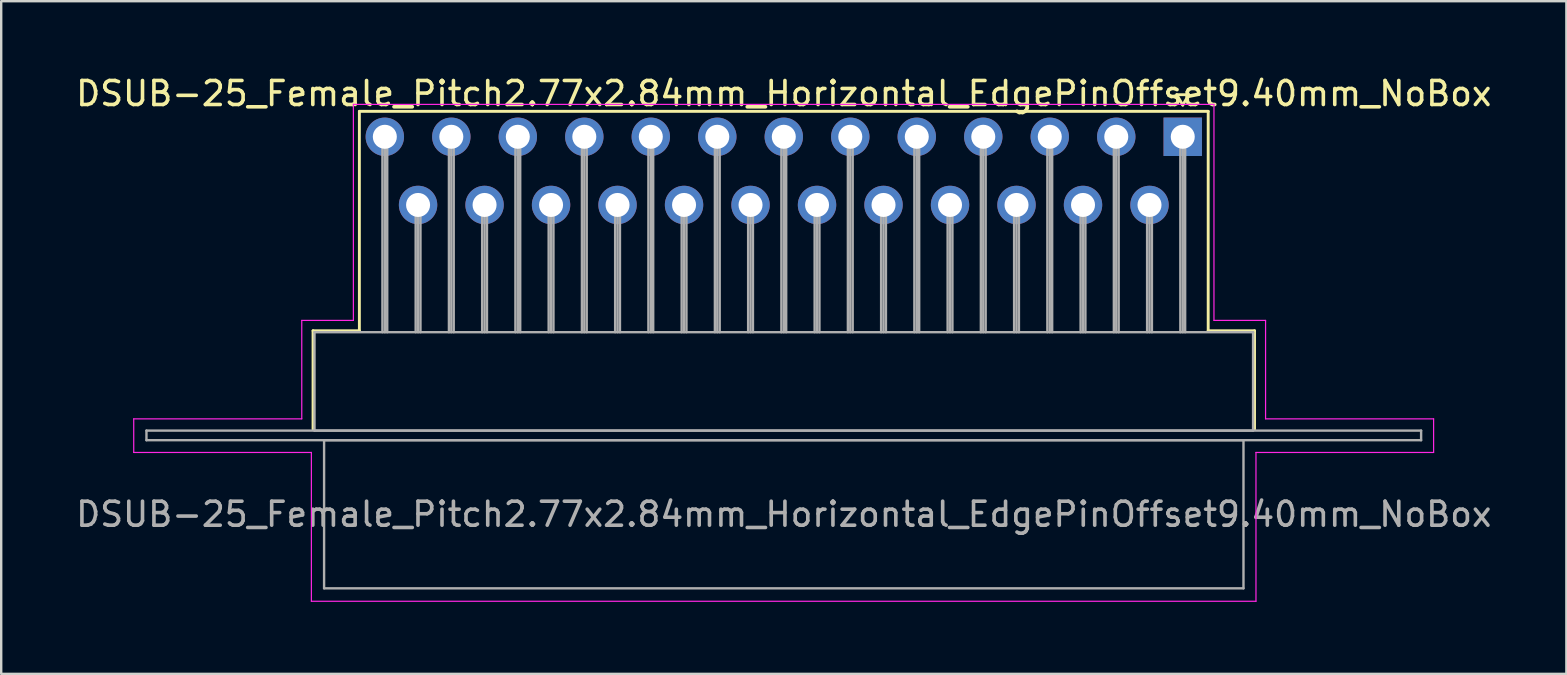
<source format=kicad_pcb>
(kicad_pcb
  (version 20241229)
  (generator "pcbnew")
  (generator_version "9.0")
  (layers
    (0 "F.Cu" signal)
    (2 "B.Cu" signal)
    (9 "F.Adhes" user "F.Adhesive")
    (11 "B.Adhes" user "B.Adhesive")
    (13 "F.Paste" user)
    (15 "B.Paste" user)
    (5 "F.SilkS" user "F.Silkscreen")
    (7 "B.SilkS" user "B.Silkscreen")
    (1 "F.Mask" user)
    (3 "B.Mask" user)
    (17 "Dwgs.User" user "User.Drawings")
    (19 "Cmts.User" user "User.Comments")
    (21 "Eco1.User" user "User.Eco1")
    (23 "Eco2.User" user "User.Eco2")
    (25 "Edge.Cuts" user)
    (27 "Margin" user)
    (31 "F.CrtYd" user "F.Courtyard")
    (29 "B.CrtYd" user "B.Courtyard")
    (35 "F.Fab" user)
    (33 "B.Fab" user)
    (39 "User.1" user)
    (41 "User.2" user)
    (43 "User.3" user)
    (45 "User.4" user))
  (footprint "DSUB-25_Female_Pitch2.77x2.84mm_Horizontal_EdgePinOffset9.40mm_NoBox"
    (layer "F.Cu")
    (at 46.221 2.648)
    (property "Reference" "DSUB-25_Female_Pitch2.77x2.84mm_Horizontal_EdgePinOffset9.40mm_NoBox" (at -16.62 -1.8 0) (layer "F.SilkS") (effects (font (size 1 1) (thickness 0.15))))
    (attr through_hole)
    (fp_line (start -36.23 8.08) (end -34.3 8.08) (stroke (width 0.12) (type solid)) (layer "F.SilkS"))
    (fp_line (start -36.23 12.18) (end -36.23 8.08) (stroke (width 0.12) (type solid)) (layer "F.SilkS"))
    (fp_line (start -34.3 -1.06) (end 1.06 -1.06) (stroke (width 0.12) (type solid)) (layer "F.SilkS"))
    (fp_line (start -34.3 8.08) (end -34.3 -1.06) (stroke (width 0.12) (type solid)) (layer "F.SilkS"))
    (fp_line (start -0.25 -1.754) (end 0.25 -1.754) (stroke (width 0.12) (type solid)) (layer "F.SilkS"))
    (fp_line (start 0 -1.321) (end -0.25 -1.754) (stroke (width 0.12) (type solid)) (layer "F.SilkS"))
    (fp_line (start 0.25 -1.754) (end 0 -1.321) (stroke (width 0.12) (type solid)) (layer "F.SilkS"))
    (fp_line (start 1.06 -1.06) (end 1.06 8.08) (stroke (width 0.12) (type solid)) (layer "F.SilkS"))
    (fp_line (start 1.06 8.08) (end 2.99 8.08) (stroke (width 0.12) (type solid)) (layer "F.SilkS"))
    (fp_line (start 2.99 8.08) (end 2.99 12.18) (stroke (width 0.12) (type solid)) (layer "F.SilkS"))
    (fp_line (start -43.7 11.75) (end -36.7 11.75) (stroke (width 0.05) (type solid)) (layer "F.CrtYd"))
    (fp_line (start -43.7 13.15) (end -43.7 11.75) (stroke (width 0.05) (type solid)) (layer "F.CrtYd"))
    (fp_line (start -36.7 7.65) (end -34.55 7.65) (stroke (width 0.05) (type solid)) (layer "F.CrtYd"))
    (fp_line (start -36.7 11.75) (end -36.7 7.65) (stroke (width 0.05) (type solid)) (layer "F.CrtYd"))
    (fp_line (start -36.3 13.15) (end -43.7 13.15) (stroke (width 0.05) (type solid)) (layer "F.CrtYd"))
    (fp_line (start -36.3 19.35) (end -36.3 13.15) (stroke (width 0.05) (type solid)) (layer "F.CrtYd"))
    (fp_line (start -34.55 -1.35) (end 1.3 -1.35) (stroke (width 0.05) (type solid)) (layer "F.CrtYd"))
    (fp_line (start -34.55 7.65) (end -34.55 -1.35) (stroke (width 0.05) (type solid)) (layer "F.CrtYd"))
    (fp_line (start 1.3 -1.35) (end 1.3 7.65) (stroke (width 0.05) (type solid)) (layer "F.CrtYd"))
    (fp_line (start 1.3 7.65) (end 3.45 7.65) (stroke (width 0.05) (type solid)) (layer "F.CrtYd"))
    (fp_line (start 3.05 13.15) (end 3.05 19.35) (stroke (width 0.05) (type solid)) (layer "F.CrtYd"))
    (fp_line (start 3.05 19.35) (end -36.3 19.35) (stroke (width 0.05) (type solid)) (layer "F.CrtYd"))
    (fp_line (start 3.45 7.65) (end 3.45 11.75) (stroke (width 0.05) (type solid)) (layer "F.CrtYd"))
    (fp_line (start 3.45 11.75) (end 10.45 11.75) (stroke (width 0.05) (type solid)) (layer "F.CrtYd"))
    (fp_line (start 10.45 11.75) (end 10.45 13.15) (stroke (width 0.05) (type solid)) (layer "F.CrtYd"))
    (fp_line (start 10.45 13.15) (end 3.05 13.15) (stroke (width 0.05) (type solid)) (layer "F.CrtYd"))
    (fp_line (start -43.17 12.24) (end -43.17 12.64) (stroke (width 0.1) (type solid)) (layer "F.Fab"))
    (fp_line (start -43.17 12.64) (end 9.93 12.64) (stroke (width 0.1) (type solid)) (layer "F.Fab"))
    (fp_line (start -36.17 8.14) (end -36.17 12.24) (stroke (width 0.1) (type solid)) (layer "F.Fab"))
    (fp_line (start -36.17 12.24) (end 2.93 12.24) (stroke (width 0.1) (type solid)) (layer "F.Fab"))
    (fp_line (start -35.77 12.64) (end -35.77 18.81) (stroke (width 0.1) (type solid)) (layer "F.Fab"))
    (fp_line (start -35.77 18.81) (end 2.53 18.81) (stroke (width 0.1) (type solid)) (layer "F.Fab"))
    (fp_line (start -33.34 0) (end -33.34 8.14) (stroke (width 0.1) (type solid)) (layer "F.Fab"))
    (fp_line (start -33.24 0) (end -33.24 8.14) (stroke (width 0.1) (type solid)) (layer "F.Fab"))
    (fp_line (start -33.14 0) (end -33.14 8.14) (stroke (width 0.1) (type solid)) (layer "F.Fab"))
    (fp_line (start -31.955 2.84) (end -31.955 8.14) (stroke (width 0.1) (type solid)) (layer "F.Fab"))
    (fp_line (start -31.855 2.84) (end -31.855 8.14) (stroke (width 0.1) (type solid)) (layer "F.Fab"))
    (fp_line (start -31.755 2.84) (end -31.755 8.14) (stroke (width 0.1) (type solid)) (layer "F.Fab"))
    (fp_line (start -30.57 0) (end -30.57 8.14) (stroke (width 0.1) (type solid)) (layer "F.Fab"))
    (fp_line (start -30.47 0) (end -30.47 8.14) (stroke (width 0.1) (type solid)) (layer "F.Fab"))
    (fp_line (start -30.37 0) (end -30.37 8.14) (stroke (width 0.1) (type solid)) (layer "F.Fab"))
    (fp_line (start -29.185 2.84) (end -29.185 8.14) (stroke (width 0.1) (type solid)) (layer "F.Fab"))
    (fp_line (start -29.085 2.84) (end -29.085 8.14) (stroke (width 0.1) (type solid)) (layer "F.Fab"))
    (fp_line (start -28.985 2.84) (end -28.985 8.14) (stroke (width 0.1) (type solid)) (layer "F.Fab"))
    (fp_line (start -27.8 0) (end -27.8 8.14) (stroke (width 0.1) (type solid)) (layer "F.Fab"))
    (fp_line (start -27.7 0) (end -27.7 8.14) (stroke (width 0.1) (type solid)) (layer "F.Fab"))
    (fp_line (start -27.6 0) (end -27.6 8.14) (stroke (width 0.1) (type solid)) (layer "F.Fab"))
    (fp_line (start -26.415 2.84) (end -26.415 8.14) (stroke (width 0.1) (type solid)) (layer "F.Fab"))
    (fp_line (start -26.315 2.84) (end -26.315 8.14) (stroke (width 0.1) (type solid)) (layer "F.Fab"))
    (fp_line (start -26.215 2.84) (end -26.215 8.14) (stroke (width 0.1) (type solid)) (layer "F.Fab"))
    (fp_line (start -25.03 0) (end -25.03 8.14) (stroke (width 0.1) (type solid)) (layer "F.Fab"))
    (fp_line (start -24.93 0) (end -24.93 8.14) (stroke (width 0.1) (type solid)) (layer "F.Fab"))
    (fp_line (start -24.83 0) (end -24.83 8.14) (stroke (width 0.1) (type solid)) (layer "F.Fab"))
    (fp_line (start -23.645 2.84) (end -23.645 8.14) (stroke (width 0.1) (type solid)) (layer "F.Fab"))
    (fp_line (start -23.545 2.84) (end -23.545 8.14) (stroke (width 0.1) (type solid)) (layer "F.Fab"))
    (fp_line (start -23.445 2.84) (end -23.445 8.14) (stroke (width 0.1) (type solid)) (layer "F.Fab"))
    (fp_line (start -22.26 0) (end -22.26 8.14) (stroke (width 0.1) (type solid)) (layer "F.Fab"))
    (fp_line (start -22.16 0) (end -22.16 8.14) (stroke (width 0.1) (type solid)) (layer "F.Fab"))
    (fp_line (start -22.06 0) (end -22.06 8.14) (stroke (width 0.1) (type solid)) (layer "F.Fab"))
    (fp_line (start -20.875 2.84) (end -20.875 8.14) (stroke (width 0.1) (type solid)) (layer "F.Fab"))
    (fp_line (start -20.775 2.84) (end -20.775 8.14) (stroke (width 0.1) (type solid)) (layer "F.Fab"))
    (fp_line (start -20.675 2.84) (end -20.675 8.14) (stroke (width 0.1) (type solid)) (layer "F.Fab"))
    (fp_line (start -19.49 0) (end -19.49 8.14) (stroke (width 0.1) (type solid)) (layer "F.Fab"))
    (fp_line (start -19.39 0) (end -19.39 8.14) (stroke (width 0.1) (type solid)) (layer "F.Fab"))
    (fp_line (start -19.29 0) (end -19.29 8.14) (stroke (width 0.1) (type solid)) (layer "F.Fab"))
    (fp_line (start -18.105 2.84) (end -18.105 8.14) (stroke (width 0.1) (type solid)) (layer "F.Fab"))
    (fp_line (start -18.005 2.84) (end -18.005 8.14) (stroke (width 0.1) (type solid)) (layer "F.Fab"))
    (fp_line (start -17.905 2.84) (end -17.905 8.14) (stroke (width 0.1) (type solid)) (layer "F.Fab"))
    (fp_line (start -16.72 0) (end -16.72 8.14) (stroke (width 0.1) (type solid)) (layer "F.Fab"))
    (fp_line (start -16.62 0) (end -16.62 8.14) (stroke (width 0.1) (type solid)) (layer "F.Fab"))
    (fp_line (start -16.52 0) (end -16.52 8.14) (stroke (width 0.1) (type solid)) (layer "F.Fab"))
    (fp_line (start -15.335 2.84) (end -15.335 8.14) (stroke (width 0.1) (type solid)) (layer "F.Fab"))
    (fp_line (start -15.235 2.84) (end -15.235 8.14) (stroke (width 0.1) (type solid)) (layer "F.Fab"))
    (fp_line (start -15.135 2.84) (end -15.135 8.14) (stroke (width 0.1) (type solid)) (layer "F.Fab"))
    (fp_line (start -13.95 0) (end -13.95 8.14) (stroke (width 0.1) (type solid)) (layer "F.Fab"))
    (fp_line (start -13.85 0) (end -13.85 8.14) (stroke (width 0.1) (type solid)) (layer "F.Fab"))
    (fp_line (start -13.75 0) (end -13.75 8.14) (stroke (width 0.1) (type solid)) (layer "F.Fab"))
    (fp_line (start -12.565 2.84) (end -12.565 8.14) (stroke (width 0.1) (type solid)) (layer "F.Fab"))
    (fp_line (start -12.465 2.84) (end -12.465 8.14) (stroke (width 0.1) (type solid)) (layer "F.Fab"))
    (fp_line (start -12.365 2.84) (end -12.365 8.14) (stroke (width 0.1) (type solid)) (layer "F.Fab"))
    (fp_line (start -11.18 0) (end -11.18 8.14) (stroke (width 0.1) (type solid)) (layer "F.Fab"))
    (fp_line (start -11.08 0) (end -11.08 8.14) (stroke (width 0.1) (type solid)) (layer "F.Fab"))
    (fp_line (start -10.98 0) (end -10.98 8.14) (stroke (width 0.1) (type solid)) (layer "F.Fab"))
    (fp_line (start -9.795 2.84) (end -9.795 8.14) (stroke (width 0.1) (type solid)) (layer "F.Fab"))
    (fp_line (start -9.695 2.84) (end -9.695 8.14) (stroke (width 0.1) (type solid)) (layer "F.Fab"))
    (fp_line (start -9.595 2.84) (end -9.595 8.14) (stroke (width 0.1) (type solid)) (layer "F.Fab"))
    (fp_line (start -8.41 0) (end -8.41 8.14) (stroke (width 0.1) (type solid)) (layer "F.Fab"))
    (fp_line (start -8.31 0) (end -8.31 8.14) (stroke (width 0.1) (type solid)) (layer "F.Fab"))
    (fp_line (start -8.21 0) (end -8.21 8.14) (stroke (width 0.1) (type solid)) (layer "F.Fab"))
    (fp_line (start -7.025 2.84) (end -7.025 8.14) (stroke (width 0.1) (type solid)) (layer "F.Fab"))
    (fp_line (start -6.925 2.84) (end -6.925 8.14) (stroke (width 0.1) (type solid)) (layer "F.Fab"))
    (fp_line (start -6.825 2.84) (end -6.825 8.14) (stroke (width 0.1) (type solid)) (layer "F.Fab"))
    (fp_line (start -5.64 0) (end -5.64 8.14) (stroke (width 0.1) (type solid)) (layer "F.Fab"))
    (fp_line (start -5.54 0) (end -5.54 8.14) (stroke (width 0.1) (type solid)) (layer "F.Fab"))
    (fp_line (start -5.44 0) (end -5.44 8.14) (stroke (width 0.1) (type solid)) (layer "F.Fab"))
    (fp_line (start -4.255 2.84) (end -4.255 8.14) (stroke (width 0.1) (type solid)) (layer "F.Fab"))
    (fp_line (start -4.155 2.84) (end -4.155 8.14) (stroke (width 0.1) (type solid)) (layer "F.Fab"))
    (fp_line (start -4.055 2.84) (end -4.055 8.14) (stroke (width 0.1) (type solid)) (layer "F.Fab"))
    (fp_line (start -2.87 0) (end -2.87 8.14) (stroke (width 0.1) (type solid)) (layer "F.Fab"))
    (fp_line (start -2.77 0) (end -2.77 8.14) (stroke (width 0.1) (type solid)) (layer "F.Fab"))
    (fp_line (start -2.67 0) (end -2.67 8.14) (stroke (width 0.1) (type solid)) (layer "F.Fab"))
    (fp_line (start -1.485 2.84) (end -1.485 8.14) (stroke (width 0.1) (type solid)) (layer "F.Fab"))
    (fp_line (start -1.385 2.84) (end -1.385 8.14) (stroke (width 0.1) (type solid)) (layer "F.Fab"))
    (fp_line (start -1.285 2.84) (end -1.285 8.14) (stroke (width 0.1) (type solid)) (layer "F.Fab"))
    (fp_line (start -0.1 0) (end -0.1 8.14) (stroke (width 0.1) (type solid)) (layer "F.Fab"))
    (fp_line (start 0 0) (end 0 8.14) (stroke (width 0.1) (type solid)) (layer "F.Fab"))
    (fp_line (start 0.1 0) (end 0.1 8.14) (stroke (width 0.1) (type solid)) (layer "F.Fab"))
    (fp_line (start 2.53 12.64) (end -35.77 12.64) (stroke (width 0.1) (type solid)) (layer "F.Fab"))
    (fp_line (start 2.53 18.81) (end 2.53 12.64) (stroke (width 0.1) (type solid)) (layer "F.Fab"))
    (fp_line (start 2.93 8.14) (end -36.17 8.14) (stroke (width 0.1) (type solid)) (layer "F.Fab"))
    (fp_line (start 2.93 12.24) (end 2.93 8.14) (stroke (width 0.1) (type solid)) (layer "F.Fab"))
    (fp_line (start 9.93 12.24) (end -43.17 12.24) (stroke (width 0.1) (type solid)) (layer "F.Fab"))
    (fp_line (start 9.93 12.64) (end 9.93 12.24) (stroke (width 0.1) (type solid)) (layer "F.Fab"))
    (fp_text user "${REFERENCE}" (at -16.62 15.725 0) (layer "F.Fab") (effects (font (size 1 1) (thickness 0.15))))
    (pad "1" thru_hole rect (at 0 0) (size 1.6 1.6) (drill 1) (layers "*.Cu" "*.Mask"))
    (pad "2" thru_hole circle (at -2.77 0) (size 1.6 1.6) (drill 1) (layers "*.Cu" "*.Mask"))
    (pad "3" thru_hole circle (at -5.54 0) (size 1.6 1.6) (drill 1) (layers "*.Cu" "*.Mask"))
    (pad "4" thru_hole circle (at -8.31 0) (size 1.6 1.6) (drill 1) (layers "*.Cu" "*.Mask"))
    (pad "5" thru_hole circle (at -11.08 0) (size 1.6 1.6) (drill 1) (layers "*.Cu" "*.Mask"))
    (pad "6" thru_hole circle (at -13.85 0) (size 1.6 1.6) (drill 1) (layers "*.Cu" "*.Mask"))
    (pad "7" thru_hole circle (at -16.62 0) (size 1.6 1.6) (drill 1) (layers "*.Cu" "*.Mask"))
    (pad "8" thru_hole circle (at -19.39 0) (size 1.6 1.6) (drill 1) (layers "*.Cu" "*.Mask"))
    (pad "9" thru_hole circle (at -22.16 0) (size 1.6 1.6) (drill 1) (layers "*.Cu" "*.Mask"))
    (pad "10" thru_hole circle (at -24.93 0) (size 1.6 1.6) (drill 1) (layers "*.Cu" "*.Mask"))
    (pad "11" thru_hole circle (at -27.7 0) (size 1.6 1.6) (drill 1) (layers "*.Cu" "*.Mask"))
    (pad "12" thru_hole circle (at -30.47 0) (size 1.6 1.6) (drill 1) (layers "*.Cu" "*.Mask"))
    (pad "13" thru_hole circle (at -33.24 0) (size 1.6 1.6) (drill 1) (layers "*.Cu" "*.Mask"))
    (pad "14" thru_hole circle (at -1.385 2.84) (size 1.6 1.6) (drill 1) (layers "*.Cu" "*.Mask"))
    (pad "15" thru_hole circle (at -4.155 2.84) (size 1.6 1.6) (drill 1) (layers "*.Cu" "*.Mask"))
    (pad "16" thru_hole circle (at -6.925 2.84) (size 1.6 1.6) (drill 1) (layers "*.Cu" "*.Mask"))
    (pad "17" thru_hole circle (at -9.695 2.84) (size 1.6 1.6) (drill 1) (layers "*.Cu" "*.Mask"))
    (pad "18" thru_hole circle (at -12.465 2.84) (size 1.6 1.6) (drill 1) (layers "*.Cu" "*.Mask"))
    (pad "19" thru_hole circle (at -15.235 2.84) (size 1.6 1.6) (drill 1) (layers "*.Cu" "*.Mask"))
    (pad "20" thru_hole circle (at -18.005 2.84) (size 1.6 1.6) (drill 1) (layers "*.Cu" "*.Mask"))
    (pad "21" thru_hole circle (at -20.775 2.84) (size 1.6 1.6) (drill 1) (layers "*.Cu" "*.Mask"))
    (pad "22" thru_hole circle (at -23.545 2.84) (size 1.6 1.6) (drill 1) (layers "*.Cu" "*.Mask"))
    (pad "23" thru_hole circle (at -26.315 2.84) (size 1.6 1.6) (drill 1) (layers "*.Cu" "*.Mask"))
    (pad "24" thru_hole circle (at -29.085 2.84) (size 1.6 1.6) (drill 1) (layers "*.Cu" "*.Mask"))
    (pad "25" thru_hole circle (at -31.855 2.84) (size 1.6 1.6) (drill 1) (layers "*.Cu" "*.Mask")))
  (gr_rect
    (start -3 -3)
    (end 62.202 25.023)
    (stroke (width 0.1) (type default))
    (fill no)
    (layer "Edge.Cuts")))
</source>
